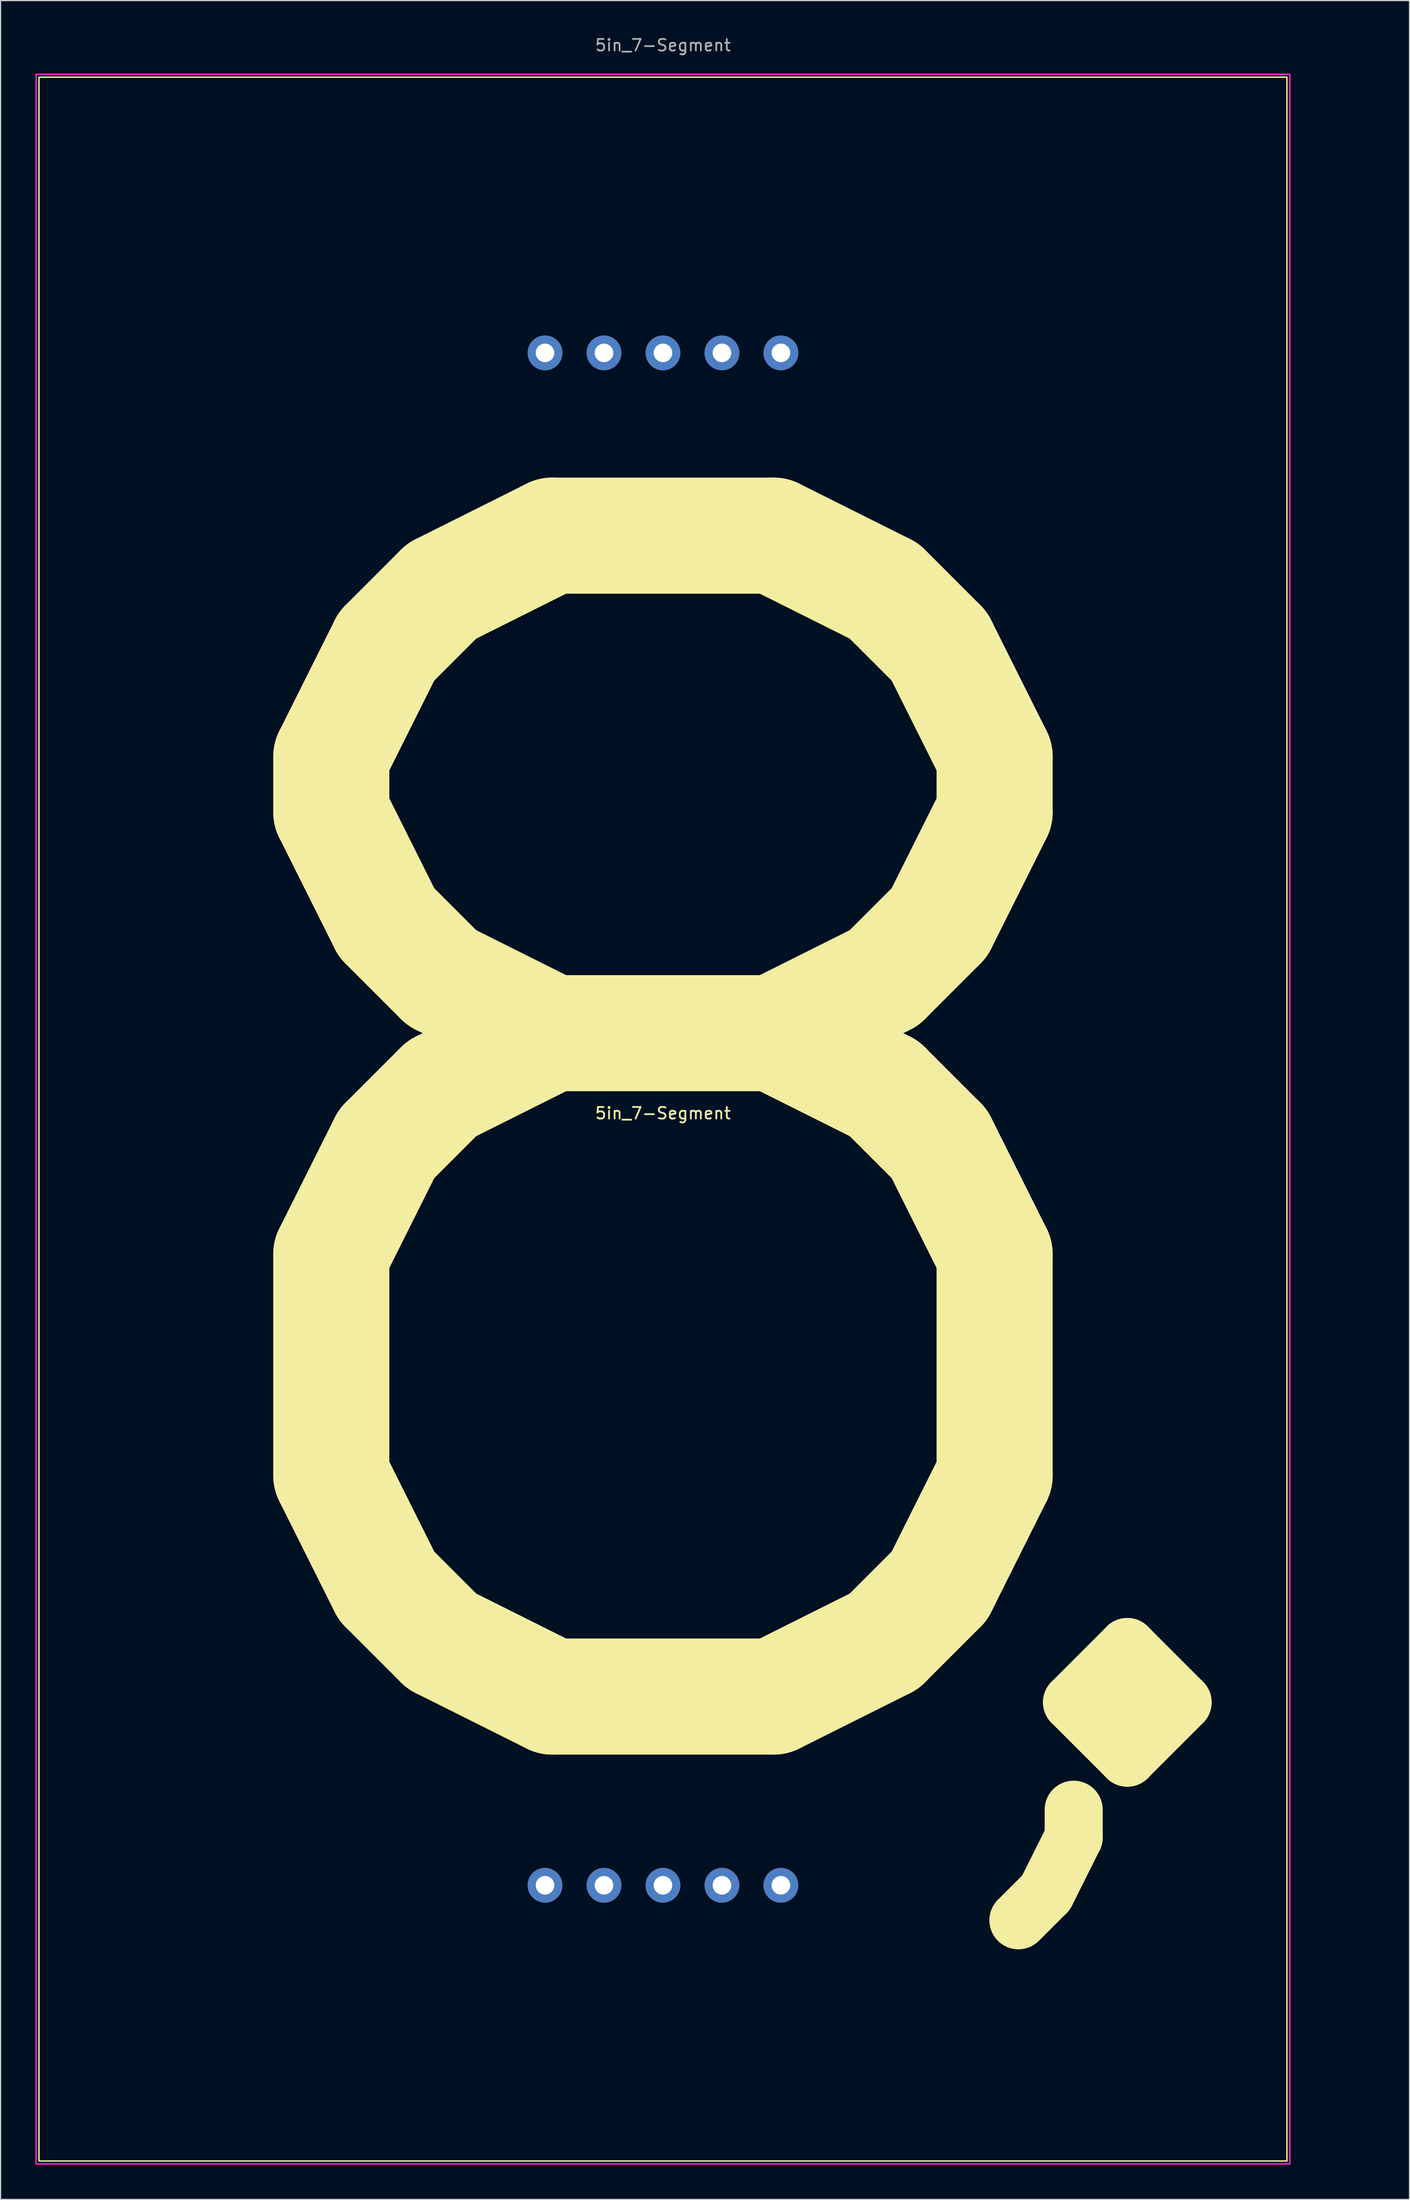
<source format=kicad_pcb>
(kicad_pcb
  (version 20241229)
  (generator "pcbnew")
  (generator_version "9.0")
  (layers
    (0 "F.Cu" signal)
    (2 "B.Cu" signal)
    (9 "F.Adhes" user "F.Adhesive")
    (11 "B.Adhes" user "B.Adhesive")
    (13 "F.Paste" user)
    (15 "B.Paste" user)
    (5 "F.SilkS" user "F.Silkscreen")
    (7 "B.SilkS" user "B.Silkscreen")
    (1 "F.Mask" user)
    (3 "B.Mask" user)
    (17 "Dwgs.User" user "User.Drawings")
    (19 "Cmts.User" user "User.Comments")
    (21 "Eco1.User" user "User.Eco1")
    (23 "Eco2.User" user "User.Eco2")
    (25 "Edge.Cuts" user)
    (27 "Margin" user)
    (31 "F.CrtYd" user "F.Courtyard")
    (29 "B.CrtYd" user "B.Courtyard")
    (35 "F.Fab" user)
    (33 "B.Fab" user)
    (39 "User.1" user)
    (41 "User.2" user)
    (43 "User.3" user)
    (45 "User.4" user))
  (footprint "5in_7-Segment"
    (layer "F.Cu")
    (at 54.06 93.348)
    (property "Reference" "5in_7-Segment" (at 0 -0.5 0) (unlocked yes) (layer "F.SilkS") (effects (font (size 1 1) (thickness 0.15))))
    (attr through_hole)
    (fp_rect (start -53.75 -89.75) (end 53.75 89.75) (stroke (width 0.12) (type solid)) (fill no) (layer "F.SilkS"))
    (fp_rect (start -54 -90) (end 54 90) (stroke (width 0.12) (type solid)) (fill no) (layer "F.CrtYd"))
    (fp_text user "8" (at 0 4 0) (unlocked yes) (layer "F.SilkS") (effects (font (size 100 100) (thickness 10))))
    (fp_text user "." (at 40 9 0) (unlocked yes) (layer "F.SilkS") (effects (font (size 100 100) (thickness 5))))
    (fp_text user "," (at 33 39 0) (unlocked yes) (layer "F.SilkS") (effects (font (size 50 50) (thickness 5))))
    (fp_text user "${REFERENCE}" (at 0 -92.5 0) (unlocked yes) (layer "F.Fab") (effects (font (size 1 1) (thickness 0.15))))
    (pad "1" thru_hole circle (at -10.16 66) (size 3 3) (drill 1.6) (layers "*.Cu" "*.Mask"))
    (pad "2" thru_hole circle (at -5.08 66) (size 3 3) (drill 1.6) (layers "*.Cu" "*.Mask"))
    (pad "3" thru_hole circle (at 0 66) (size 3 3) (drill 1.6) (layers "*.Cu" "*.Mask"))
    (pad "4" thru_hole circle (at 5.08 66) (size 3 3) (drill 1.6) (layers "*.Cu" "*.Mask"))
    (pad "5" thru_hole circle (at 10.16 66) (size 3 3) (drill 1.6) (layers "*.Cu" "*.Mask"))
    (pad "6" thru_hole circle (at 10.16 -66) (size 3 3) (drill 1.6) (layers "*.Cu" "*.Mask"))
    (pad "7" thru_hole circle (at 5.08 -66) (size 3 3) (drill 1.6) (layers "*.Cu" "*.Mask"))
    (pad "8" thru_hole circle (at 0 -66) (size 3 3) (drill 1.6) (layers "*.Cu" "*.Mask"))
    (pad "9" thru_hole circle (at -5.08 -66) (size 3 3) (drill 1.6) (layers "*.Cu" "*.Mask"))
    (pad "10" thru_hole circle (at -10.16 -66) (size 3 3) (drill 1.6) (layers "*.Cu" "*.Mask")))
  (gr_rect
    (start -3 -3)
    (end 118.37 186.408)
    (stroke (width 0.1) (type default))
    (fill no)
    (layer "Edge.Cuts")))
</source>
